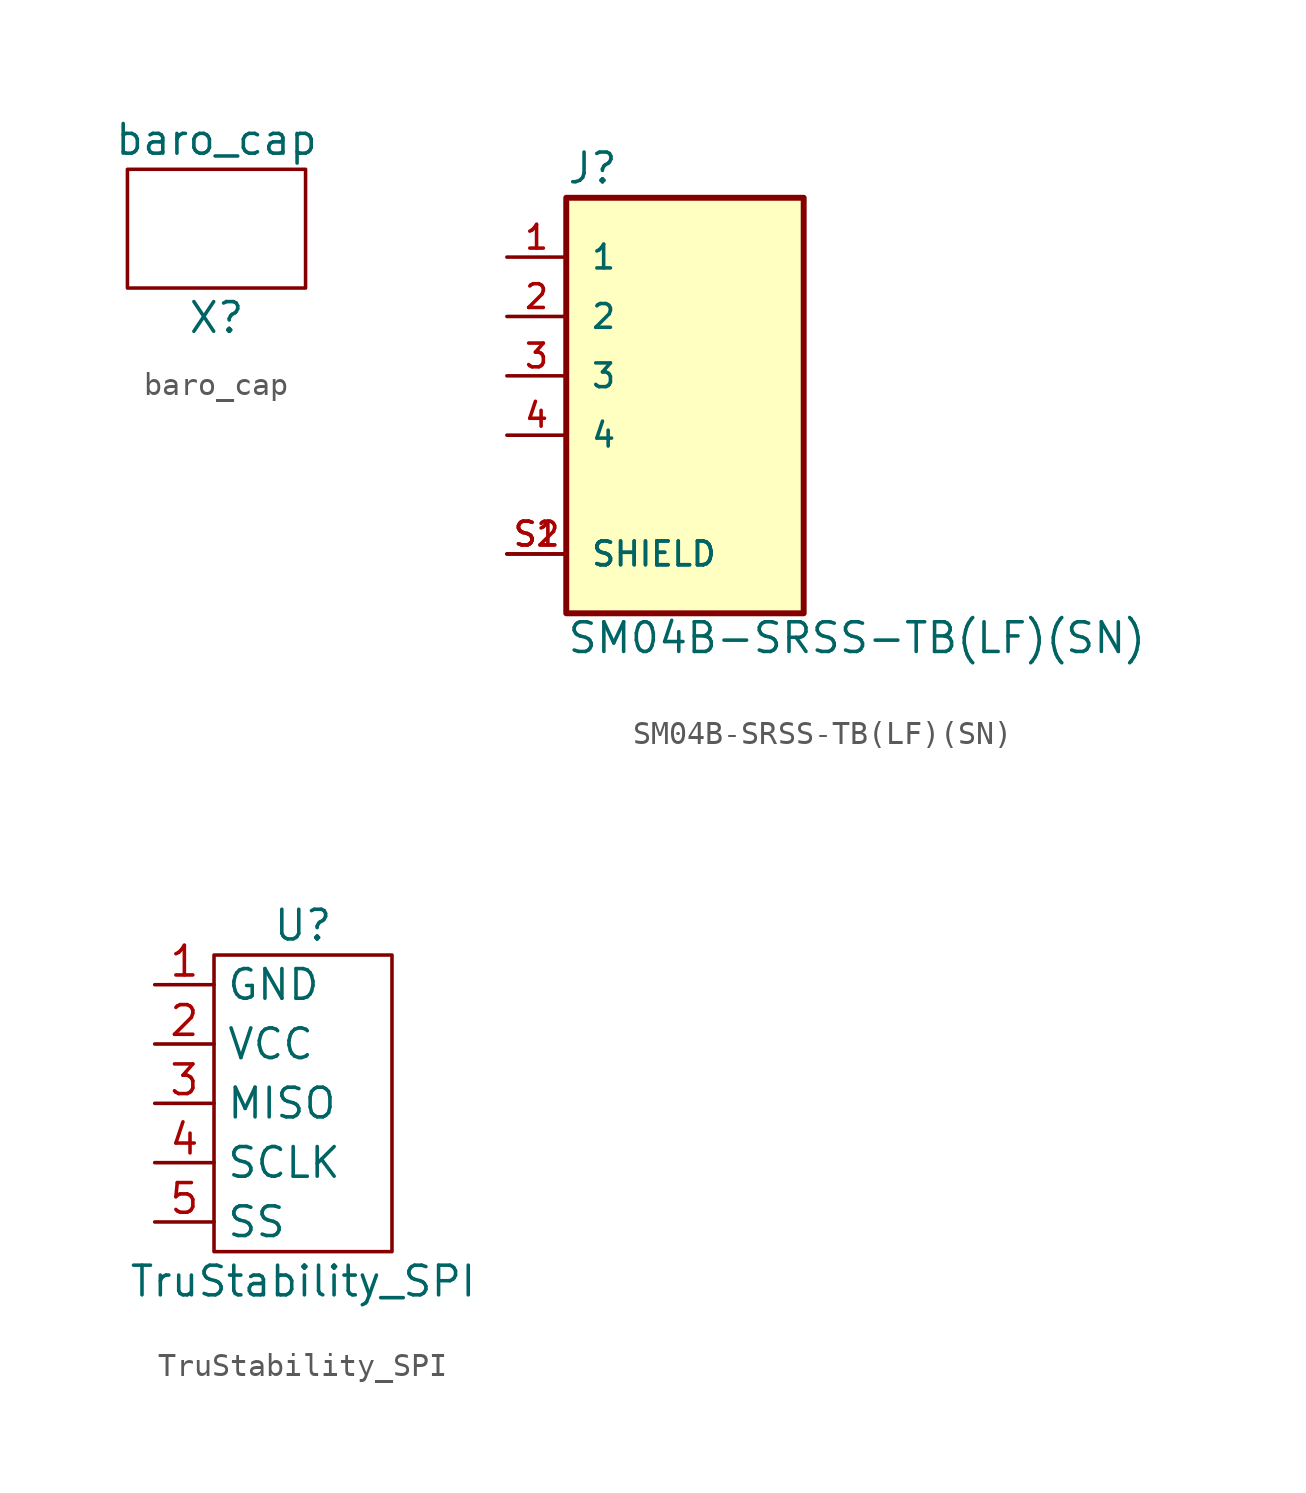
<source format=kicad_sym>
(kicad_symbol_lib
  (version 20211014)
  (generator kicad_symbol_editor)
  (symbol "baro_cap"
    (property "Reference" "X"
      (at 0 -7.62 0)
      (effects (font (size 1.27 1.27))))
    (property "Value" "baro_cap"
      (at 0 0 0)
      (effects (font (size 1.27 1.27))))
    (symbol "baro_cap_0_1"
      (rectangle (start -3.81 -1.27) (end 3.81 -6.35) (stroke (width 0) (type default) (color 0 0 0 0)) (fill (type none)))))
  (symbol "SM04B-SRSS-TB(LF)(SN)"
    (pin_names
      (offset 1.016))
    (property "Reference" "J"
      (at -5.083 8.143 0)
      (effects (font (size 1.27 1.27)) (justify left bottom)))
    (property "Value" "SM04B-SRSS-TB(LF)(SN)"
      (at -5.083 -11.956 0)
      (effects (font (size 1.27 1.27)) (justify left bottom)))
    (symbol "SM04B-SRSS-TB(LF)(SN)_0_0"
      (rectangle (start -5.08 -10.16) (end 5.08 7.62) (stroke (width 0.254) (type default) (color 0 0 0 0)) (fill (type background)))
      (pin passive line (at -7.62 5.08 0) (length 2.54) (name "1" (effects (font (size 1.016 1.016)))) (number "1" (effects (font (size 1.016 1.016)))))
      (pin passive line (at -7.62 2.54 0) (length 2.54) (name "2" (effects (font (size 1.016 1.016)))) (number "2" (effects (font (size 1.016 1.016)))))
      (pin passive line (at -7.62 0 0) (length 2.54) (name "3" (effects (font (size 1.016 1.016)))) (number "3" (effects (font (size 1.016 1.016)))))
      (pin passive line (at -7.62 -2.54 0) (length 2.54) (name "4" (effects (font (size 1.016 1.016)))) (number "4" (effects (font (size 1.016 1.016)))))
      (pin passive line (at -7.62 -7.62 0) (length 2.54) (name "SHIELD" (effects (font (size 1.016 1.016)))) (number "S1" (effects (font (size 1.016 1.016)))))
      (pin passive line (at -7.62 -7.62 0) (length 2.54) (name "SHIELD" (effects (font (size 1.016 1.016)))) (number "S2" (effects (font (size 1.016 1.016)))))))
  (symbol "TruStability_SPI"
    (property "Reference" "U"
      (at 0 2.54 0)
      (effects (font (size 1.27 1.27))))
    (property "Value" "TruStability_SPI"
      (at 0 -12.7 0)
      (effects (font (size 1.27 1.27))))
    (symbol "TruStability_SPI_0_1"
      (rectangle (start -3.81 1.27) (end 3.81 -11.43) (stroke (width 0) (type default) (color 0 0 0 0)) (fill (type none))))
    (symbol "TruStability_SPI_1_1"
      (pin input line (at -6.35 0 0) (length 2.54) (name "GND" (effects (font (size 1.27 1.27)))) (number "1" (effects (font (size 1.27 1.27)))))
      (pin input line (at -6.35 -2.54 0) (length 2.54) (name "VCC" (effects (font (size 1.27 1.27)))) (number "2" (effects (font (size 1.27 1.27)))))
      (pin input line (at -6.35 -5.08 0) (length 2.54) (name "MISO" (effects (font (size 1.27 1.27)))) (number "3" (effects (font (size 1.27 1.27)))))
      (pin input line (at -6.35 -7.62 0) (length 2.54) (name "SCLK" (effects (font (size 1.27 1.27)))) (number "4" (effects (font (size 1.27 1.27)))))
      (pin input line (at -6.35 -10.16 0) (length 2.54) (name "SS" (effects (font (size 1.27 1.27)))) (number "5" (effects (font (size 1.27 1.27))))))))
</source>
